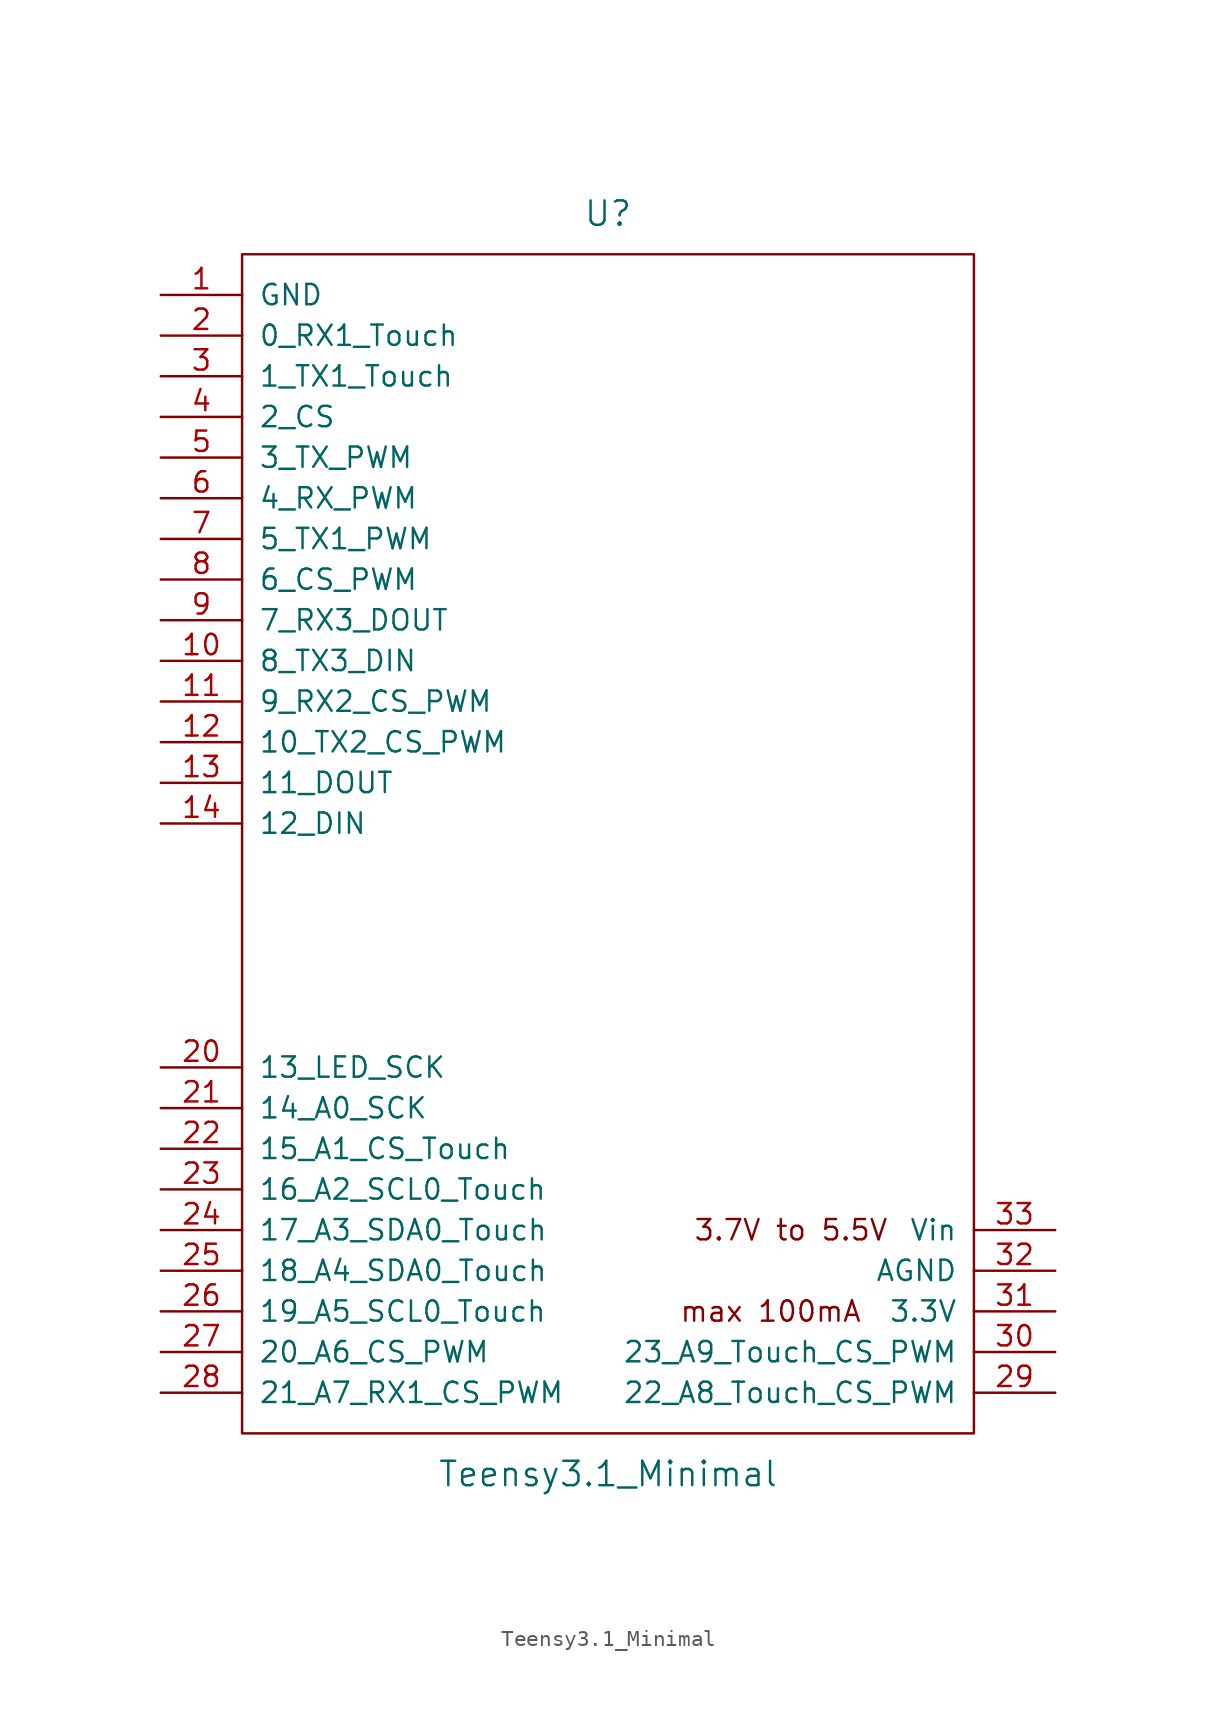
<source format=kicad_sym>
(kicad_symbol_lib
  (version 20211014)
  (generator kicad_symbol_editor)
  (symbol "Teensy3.1_Minimal"
    (pin_names
      (offset 1.016))
    (property "Reference" "U"
      (at 0 39.37 0)
      (effects (font (size 1.524 1.524))))
    (property "Value" "Teensy3.1_Minimal"
      (at 0 -39.37 0)
      (effects (font (size 1.524 1.524))))
    (property "Footprint" ""
      (at 0 -19.05 0)
      (effects (font (size 1.524 1.524))))
    (property "Datasheet" ""
      (at 0 -19.05 0)
      (effects (font (size 1.524 1.524))))
    (symbol "Teensy3.1_Minimal_0_0"
      (text "3.7V to 5.5V" (at 11.43 -24.13 0) (effects (font (size 1.27 1.27))))
      (text "max 100mA" (at 10.16 -29.21 0) (effects (font (size 1.27 1.27)))))
    (symbol "Teensy3.1_Minimal_0_1"
      (rectangle (start -22.86 36.83) (end 22.86 -36.83) (stroke (width 0) (type default) (color 0 0 0 0)) (fill (type none))))
    (symbol "Teensy3.1_Minimal_1_1"
      (pin power_in line (at -27.94 34.29 0) (length 5.08) (name "GND" (effects (font (size 1.27 1.27)))) (number "1" (effects (font (size 1.27 1.27)))))
      (pin bidirectional line (at -27.94 11.43 0) (length 5.08) (name "8_TX3_DIN" (effects (font (size 1.27 1.27)))) (number "10" (effects (font (size 1.27 1.27)))))
      (pin bidirectional line (at -27.94 8.89 0) (length 5.08) (name "9_RX2_CS_PWM" (effects (font (size 1.27 1.27)))) (number "11" (effects (font (size 1.27 1.27)))))
      (pin bidirectional line (at -27.94 6.35 0) (length 5.08) (name "10_TX2_CS_PWM" (effects (font (size 1.27 1.27)))) (number "12" (effects (font (size 1.27 1.27)))))
      (pin bidirectional line (at -27.94 3.81 0) (length 5.08) (name "11_DOUT" (effects (font (size 1.27 1.27)))) (number "13" (effects (font (size 1.27 1.27)))))
      (pin bidirectional line (at -27.94 1.27 0) (length 5.08) (name "12_DIN" (effects (font (size 1.27 1.27)))) (number "14" (effects (font (size 1.27 1.27)))))
      (pin bidirectional line (at -27.94 31.75 0) (length 5.08) (name "0_RX1_Touch" (effects (font (size 1.27 1.27)))) (number "2" (effects (font (size 1.27 1.27)))))
      (pin bidirectional line (at -27.94 -13.97 0) (length 5.08) (name "13_LED_SCK" (effects (font (size 1.27 1.27)))) (number "20" (effects (font (size 1.27 1.27)))))
      (pin bidirectional line (at -27.94 -16.51 0) (length 5.08) (name "14_A0_SCK" (effects (font (size 1.27 1.27)))) (number "21" (effects (font (size 1.27 1.27)))))
      (pin bidirectional line (at -27.94 -19.05 0) (length 5.08) (name "15_A1_CS_Touch" (effects (font (size 1.27 1.27)))) (number "22" (effects (font (size 1.27 1.27)))))
      (pin bidirectional line (at -27.94 -21.59 0) (length 5.08) (name "16_A2_SCL0_Touch" (effects (font (size 1.27 1.27)))) (number "23" (effects (font (size 1.27 1.27)))))
      (pin bidirectional line (at -27.94 -24.13 0) (length 5.08) (name "17_A3_SDA0_Touch" (effects (font (size 1.27 1.27)))) (number "24" (effects (font (size 1.27 1.27)))))
      (pin bidirectional line (at -27.94 -26.67 0) (length 5.08) (name "18_A4_SDA0_Touch" (effects (font (size 1.27 1.27)))) (number "25" (effects (font (size 1.27 1.27)))))
      (pin bidirectional line (at -27.94 -29.21 0) (length 5.08) (name "19_A5_SCL0_Touch" (effects (font (size 1.27 1.27)))) (number "26" (effects (font (size 1.27 1.27)))))
      (pin bidirectional line (at -27.94 -31.75 0) (length 5.08) (name "20_A6_CS_PWM" (effects (font (size 1.27 1.27)))) (number "27" (effects (font (size 1.27 1.27)))))
      (pin bidirectional line (at -27.94 -34.29 0) (length 5.08) (name "21_A7_RX1_CS_PWM" (effects (font (size 1.27 1.27)))) (number "28" (effects (font (size 1.27 1.27)))))
      (pin bidirectional line (at 27.94 -34.29 180) (length 5.08) (name "22_A8_Touch_CS_PWM" (effects (font (size 1.27 1.27)))) (number "29" (effects (font (size 1.27 1.27)))))
      (pin bidirectional line (at -27.94 29.21 0) (length 5.08) (name "1_TX1_Touch" (effects (font (size 1.27 1.27)))) (number "3" (effects (font (size 1.27 1.27)))))
      (pin bidirectional line (at 27.94 -31.75 180) (length 5.08) (name "23_A9_Touch_CS_PWM" (effects (font (size 1.27 1.27)))) (number "30" (effects (font (size 1.27 1.27)))))
      (pin power_out line (at 27.94 -29.21 180) (length 5.08) (name "3.3V" (effects (font (size 1.27 1.27)))) (number "31" (effects (font (size 1.27 1.27)))))
      (pin power_out line (at 27.94 -26.67 180) (length 5.08) (name "AGND" (effects (font (size 1.27 1.27)))) (number "32" (effects (font (size 1.27 1.27)))))
      (pin power_in line (at 27.94 -24.13 180) (length 5.08) (name "Vin" (effects (font (size 1.27 1.27)))) (number "33" (effects (font (size 1.27 1.27)))))
      (pin bidirectional line (at -27.94 26.67 0) (length 5.08) (name "2_CS" (effects (font (size 1.27 1.27)))) (number "4" (effects (font (size 1.27 1.27)))))
      (pin bidirectional line (at -27.94 24.13 0) (length 5.08) (name "3_TX_PWM" (effects (font (size 1.27 1.27)))) (number "5" (effects (font (size 1.27 1.27)))))
      (pin bidirectional line (at -27.94 21.59 0) (length 5.08) (name "4_RX_PWM" (effects (font (size 1.27 1.27)))) (number "6" (effects (font (size 1.27 1.27)))))
      (pin bidirectional line (at -27.94 19.05 0) (length 5.08) (name "5_TX1_PWM" (effects (font (size 1.27 1.27)))) (number "7" (effects (font (size 1.27 1.27)))))
      (pin bidirectional line (at -27.94 16.51 0) (length 5.08) (name "6_CS_PWM" (effects (font (size 1.27 1.27)))) (number "8" (effects (font (size 1.27 1.27)))))
      (pin bidirectional line (at -27.94 13.97 0) (length 5.08) (name "7_RX3_DOUT" (effects (font (size 1.27 1.27)))) (number "9" (effects (font (size 1.27 1.27))))))))
</source>
